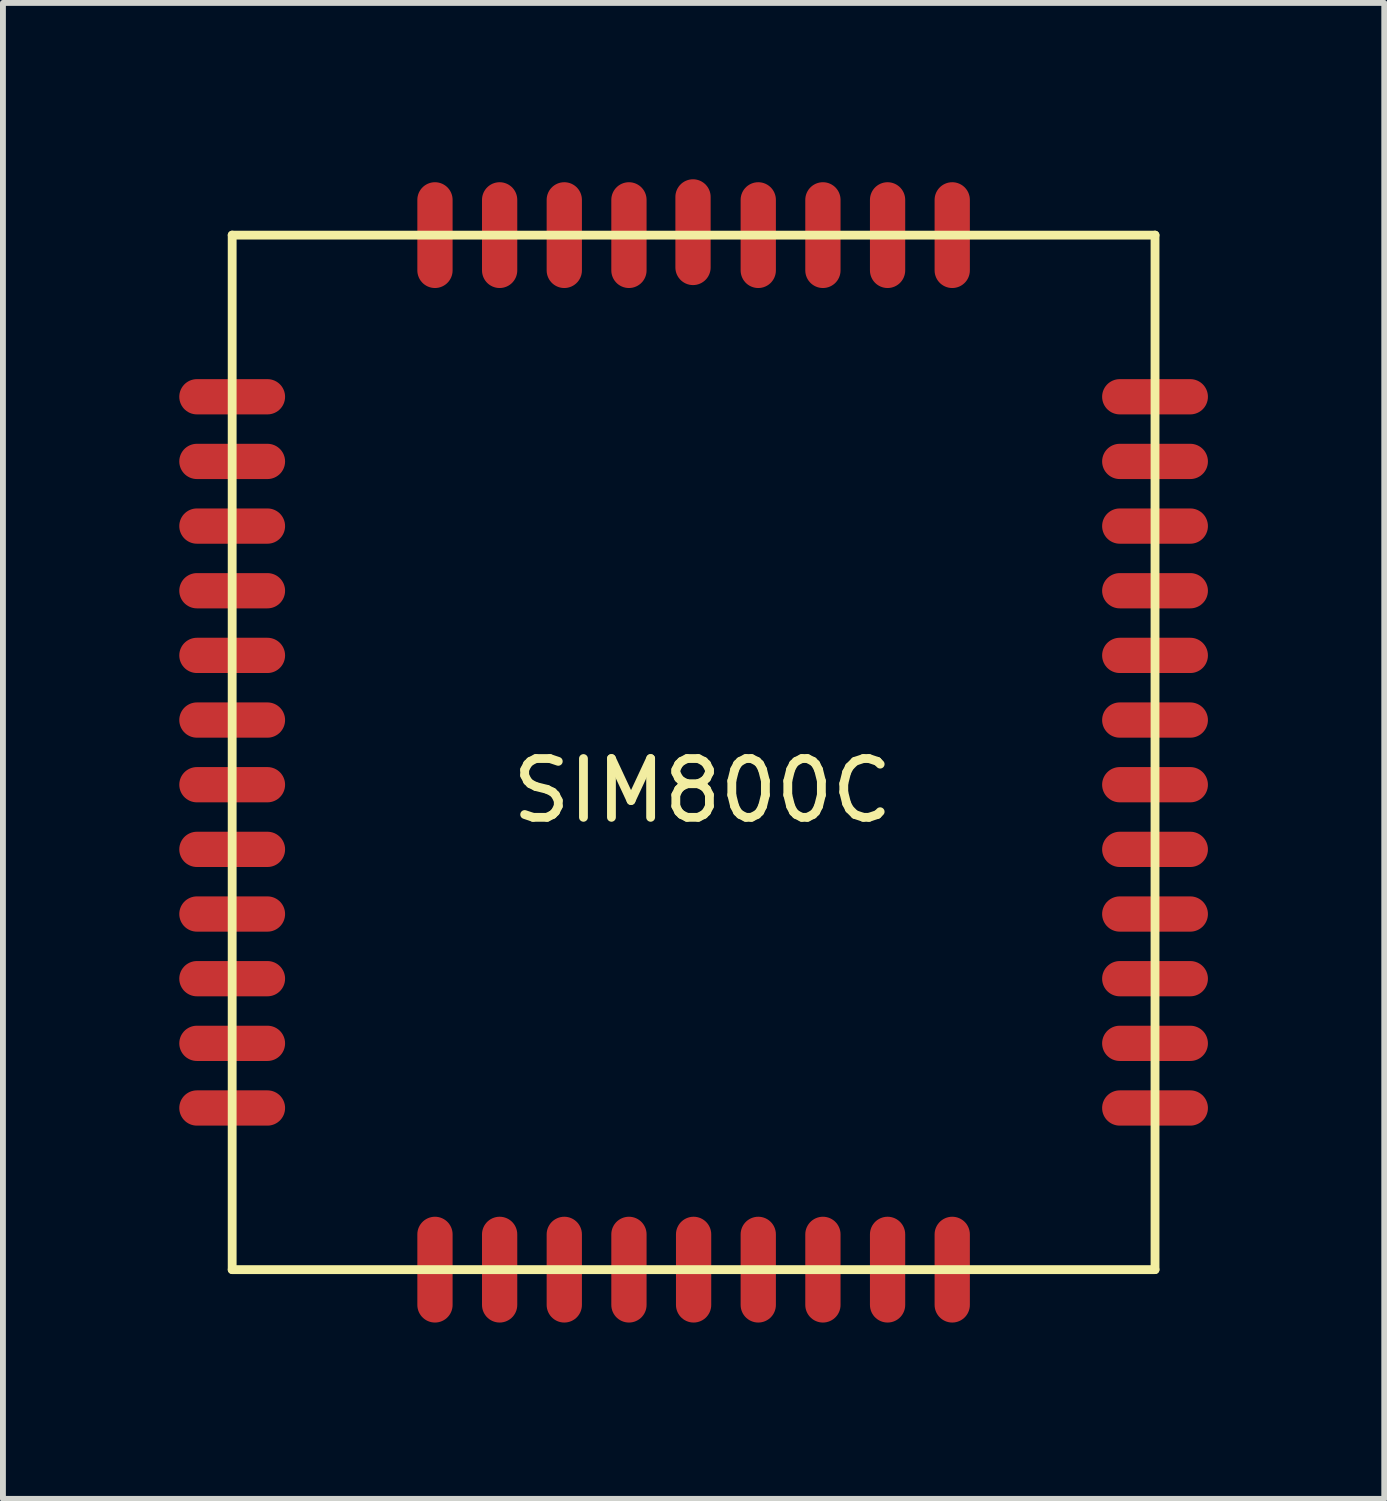
<source format=kicad_pcb>
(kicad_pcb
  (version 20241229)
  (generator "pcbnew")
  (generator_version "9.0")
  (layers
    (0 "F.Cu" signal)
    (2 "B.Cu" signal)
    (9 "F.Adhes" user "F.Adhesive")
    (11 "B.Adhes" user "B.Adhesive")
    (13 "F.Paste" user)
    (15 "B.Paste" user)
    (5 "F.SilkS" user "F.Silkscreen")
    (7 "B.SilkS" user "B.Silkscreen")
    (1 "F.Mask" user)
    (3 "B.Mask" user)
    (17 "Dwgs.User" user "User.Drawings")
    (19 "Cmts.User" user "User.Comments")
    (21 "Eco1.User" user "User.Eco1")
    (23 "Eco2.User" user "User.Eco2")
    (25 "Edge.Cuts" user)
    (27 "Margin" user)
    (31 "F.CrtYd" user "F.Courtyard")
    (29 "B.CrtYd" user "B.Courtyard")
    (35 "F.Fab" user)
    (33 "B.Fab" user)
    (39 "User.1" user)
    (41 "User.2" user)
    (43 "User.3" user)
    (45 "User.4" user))
  (footprint "SIM800C"
    (layer "F.Cu")
    (at 8.74 9.7)
    (property "Reference" "SIM800C" (at 0.16 0.7 0) (layer "F.SilkS") (effects (font (size 1 1) (thickness 0.15))))
    (attr through_hole)
    (fp_line (start -7.84 -8.75) (end -7.84 8.85) (stroke (width 0.15) (type solid)) (layer "F.SilkS"))
    (fp_line (start -7.84 8.85) (end 7.86 8.85) (stroke (width 0.15) (type solid)) (layer "F.SilkS"))
    (fp_line (start 7.86 -8.75) (end -7.84 -8.75) (stroke (width 0.15) (type solid)) (layer "F.SilkS"))
    (fp_line (start 7.86 8.85) (end 7.86 -8.75) (stroke (width 0.15) (type solid)) (layer "F.SilkS"))
    (pad "1" smd oval (at -7.84 -6) (size 1.8 0.6) (layers "F.Cu" "F.Mask" "F.Paste"))
    (pad "2" smd oval (at -7.84 -4.9) (size 1.8 0.6) (layers "F.Cu" "F.Mask" "F.Paste"))
    (pad "3" smd oval (at -7.84 -3.8) (size 1.8 0.6) (layers "F.Cu" "F.Mask" "F.Paste"))
    (pad "4" smd oval (at -7.84 -2.7) (size 1.8 0.6) (layers "F.Cu" "F.Mask" "F.Paste"))
    (pad "5" smd oval (at -7.84 -1.6) (size 1.8 0.6) (layers "F.Cu" "F.Mask" "F.Paste"))
    (pad "6" smd oval (at -7.84 -0.5) (size 1.8 0.6) (layers "F.Cu" "F.Mask" "F.Paste"))
    (pad "7" smd oval (at -7.84 0.6) (size 1.8 0.6) (layers "F.Cu" "F.Mask" "F.Paste"))
    (pad "8" smd oval (at -7.84 1.7) (size 1.8 0.6) (layers "F.Cu" "F.Mask" "F.Paste"))
    (pad "9" smd oval (at -7.84 2.8) (size 1.8 0.6) (layers "F.Cu" "F.Mask" "F.Paste"))
    (pad "10" smd oval (at -7.84 3.9) (size 1.8 0.6) (layers "F.Cu" "F.Mask" "F.Paste"))
    (pad "11" smd oval (at -7.84 5) (size 1.8 0.6) (layers "F.Cu" "F.Mask" "F.Paste"))
    (pad "12" smd oval (at -7.84 6.1) (size 1.8 0.6) (layers "F.Cu" "F.Mask" "F.Paste"))
    (pad "13" smd oval (at -4.39 8.85) (size 0.6 1.8) (layers "F.Cu" "F.Mask" "F.Paste"))
    (pad "14" smd oval (at -3.29 8.85) (size 0.6 1.8) (layers "F.Cu" "F.Mask" "F.Paste"))
    (pad "15" smd oval (at -2.19 8.85) (size 0.6 1.8) (layers "F.Cu" "F.Mask" "F.Paste"))
    (pad "16" smd oval (at -1.09 8.85) (size 0.6 1.8) (layers "F.Cu" "F.Mask" "F.Paste"))
    (pad "17" smd oval (at 0.01 8.85) (size 0.6 1.8) (layers "F.Cu" "F.Mask" "F.Paste"))
    (pad "18" smd oval (at 1.11 8.85) (size 0.6 1.8) (layers "F.Cu" "F.Mask" "F.Paste"))
    (pad "19" smd oval (at 2.21 8.85) (size 0.6 1.8) (layers "F.Cu" "F.Mask" "F.Paste"))
    (pad "20" smd oval (at 3.31 8.85) (size 0.6 1.8) (layers "F.Cu" "F.Mask" "F.Paste"))
    (pad "21" smd oval (at 4.41 8.85) (size 0.6 1.8) (layers "F.Cu" "F.Mask" "F.Paste"))
    (pad "22" smd oval (at 7.86 6.1) (size 1.8 0.6) (layers "F.Cu" "F.Mask" "F.Paste"))
    (pad "23" smd oval (at 7.86 5) (size 1.8 0.6) (layers "F.Cu" "F.Mask" "F.Paste"))
    (pad "24" smd oval (at 7.86 3.9) (size 1.8 0.6) (layers "F.Cu" "F.Mask" "F.Paste"))
    (pad "25" smd oval (at 7.86 2.8) (size 1.8 0.6) (layers "F.Cu" "F.Mask" "F.Paste"))
    (pad "26" smd oval (at 7.86 1.7) (size 1.8 0.6) (layers "F.Cu" "F.Mask" "F.Paste"))
    (pad "27" smd oval (at 7.86 0.6) (size 1.8 0.6) (layers "F.Cu" "F.Mask" "F.Paste"))
    (pad "28" smd oval (at 7.86 -0.5) (size 1.8 0.6) (layers "F.Cu" "F.Mask" "F.Paste"))
    (pad "29" smd oval (at 7.86 -1.6) (size 1.8 0.6) (layers "F.Cu" "F.Mask" "F.Paste"))
    (pad "30" smd oval (at 7.86 -2.7) (size 1.8 0.6) (layers "F.Cu" "F.Mask" "F.Paste"))
    (pad "31" smd oval (at 7.86 -3.8) (size 1.8 0.6) (layers "F.Cu" "F.Mask" "F.Paste"))
    (pad "32" smd oval (at 7.86 -4.9) (size 1.8 0.6) (layers "F.Cu" "F.Mask" "F.Paste"))
    (pad "33" smd oval (at 7.86 -6) (size 1.8 0.6) (layers "F.Cu" "F.Mask" "F.Paste"))
    (pad "34" smd oval (at 4.41 -8.75) (size 0.6 1.8) (layers "F.Cu" "F.Mask" "F.Paste"))
    (pad "35" smd oval (at 3.31 -8.75) (size 0.6 1.8) (layers "F.Cu" "F.Mask" "F.Paste"))
    (pad "36" smd oval (at 2.21 -8.75) (size 0.6 1.8) (layers "F.Cu" "F.Mask" "F.Paste"))
    (pad "37" smd oval (at 1.11 -8.75) (size 0.6 1.8) (layers "F.Cu" "F.Mask" "F.Paste"))
    (pad "38" smd oval (at 0 -8.8) (size 0.6 1.8) (layers "F.Cu" "F.Mask" "F.Paste"))
    (pad "39" smd oval (at -1.09 -8.75) (size 0.6 1.8) (layers "F.Cu" "F.Mask" "F.Paste"))
    (pad "40" smd oval (at -2.19 -8.75) (size 0.6 1.8) (layers "F.Cu" "F.Mask" "F.Paste"))
    (pad "41" smd oval (at -3.29 -8.75) (size 0.6 1.8) (layers "F.Cu" "F.Mask" "F.Paste"))
    (pad "42" smd oval (at -4.39 -8.75) (size 0.6 1.8) (layers "F.Cu" "F.Mask" "F.Paste")))
  (gr_rect
    (start -3 -3)
    (end 20.5 22.45)
    (stroke (width 0.1) (type default))
    (fill no)
    (layer "Edge.Cuts")))
</source>
